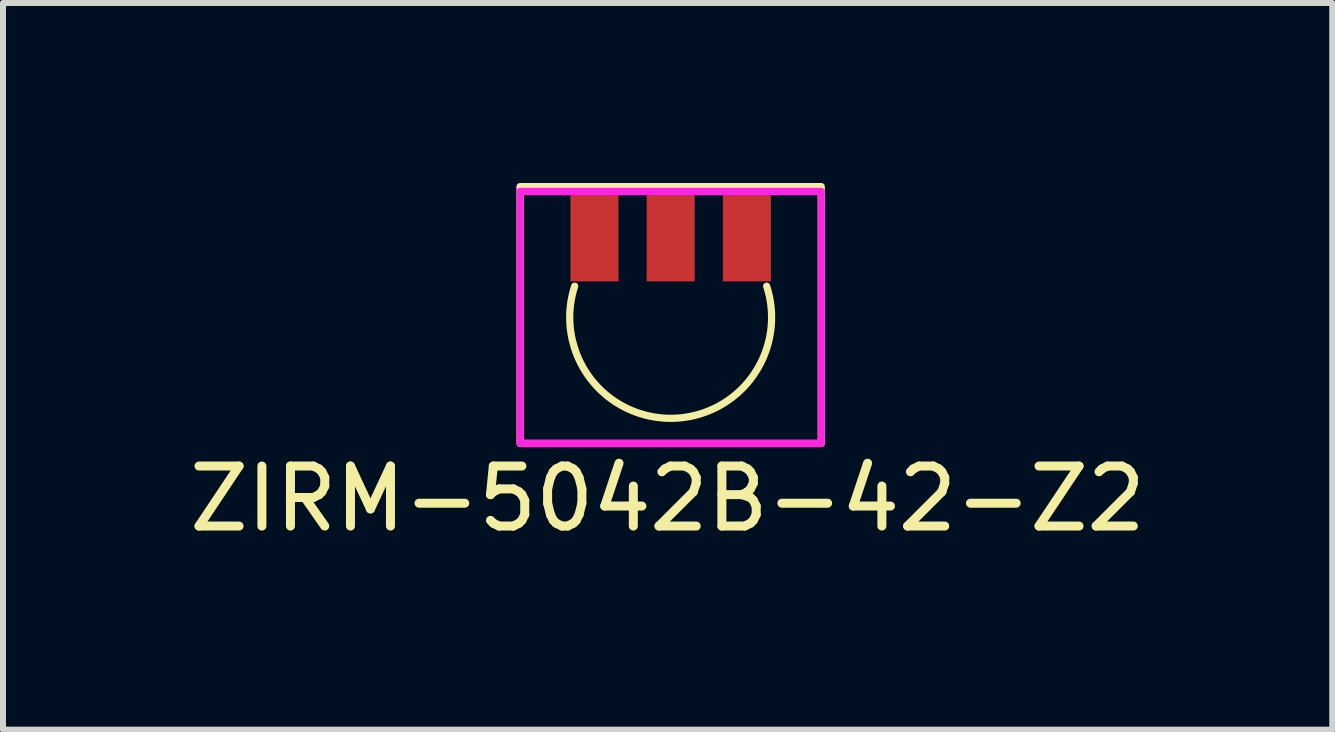
<source format=kicad_pcb>
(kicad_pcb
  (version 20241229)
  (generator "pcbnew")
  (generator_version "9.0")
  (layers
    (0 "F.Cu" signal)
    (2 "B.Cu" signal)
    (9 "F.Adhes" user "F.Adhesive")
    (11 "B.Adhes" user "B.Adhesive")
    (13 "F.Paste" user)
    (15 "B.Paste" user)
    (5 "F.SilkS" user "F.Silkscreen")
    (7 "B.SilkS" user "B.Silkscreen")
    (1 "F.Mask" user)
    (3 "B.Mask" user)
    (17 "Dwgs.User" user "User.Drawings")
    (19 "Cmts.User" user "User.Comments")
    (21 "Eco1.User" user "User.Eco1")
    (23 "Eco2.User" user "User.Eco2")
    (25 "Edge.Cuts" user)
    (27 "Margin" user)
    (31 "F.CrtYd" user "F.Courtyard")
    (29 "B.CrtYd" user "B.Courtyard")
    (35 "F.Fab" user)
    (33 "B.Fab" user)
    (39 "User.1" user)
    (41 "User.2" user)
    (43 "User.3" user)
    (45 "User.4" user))
  (footprint "ZIRM-5042B-42-Z2"
    (layer "F.Cu")
    (at 8.128 2.24)
    (property "Reference" "ZIRM-5042B-42-Z2" (at -0.051 3.023 0) (unlocked yes) (layer "F.SilkS") (effects (font (size 1 1) (thickness 0.15))))
    (attr smd)
    (fp_rect (start -2.51 -2.18) (end 2.51 2.1) (stroke (width 0.12) (type default)) (fill no) (layer "F.SilkS"))
    (fp_arc (start 1.6 -0.52) (mid 0 1.68221) (end -1.6 -0.52) (stroke (width 0.12) (type default)) (layer "F.SilkS"))
    (fp_rect (start -2.51 -2.1) (end 2.51 2.1) (stroke (width 0.12) (type default)) (fill no) (layer "F.CrtYd"))
    (pad "1" smd rect (at -1.27 -1.35) (size 0.8 1.5) (layers "F.Cu" "F.Mask" "F.Paste"))
    (pad "2" smd rect (at 0 -1.35) (size 0.8 1.5) (layers "F.Cu" "F.Mask" "F.Paste"))
    (pad "3" smd rect (at 1.27 -1.35) (size 0.8 1.5) (layers "F.Cu" "F.Mask" "F.Paste")))
  (gr_rect
    (start -3 -3)
    (end 19.155 9.111)
    (stroke (width 0.1) (type default))
    (fill no)
    (layer "Edge.Cuts")))
</source>
